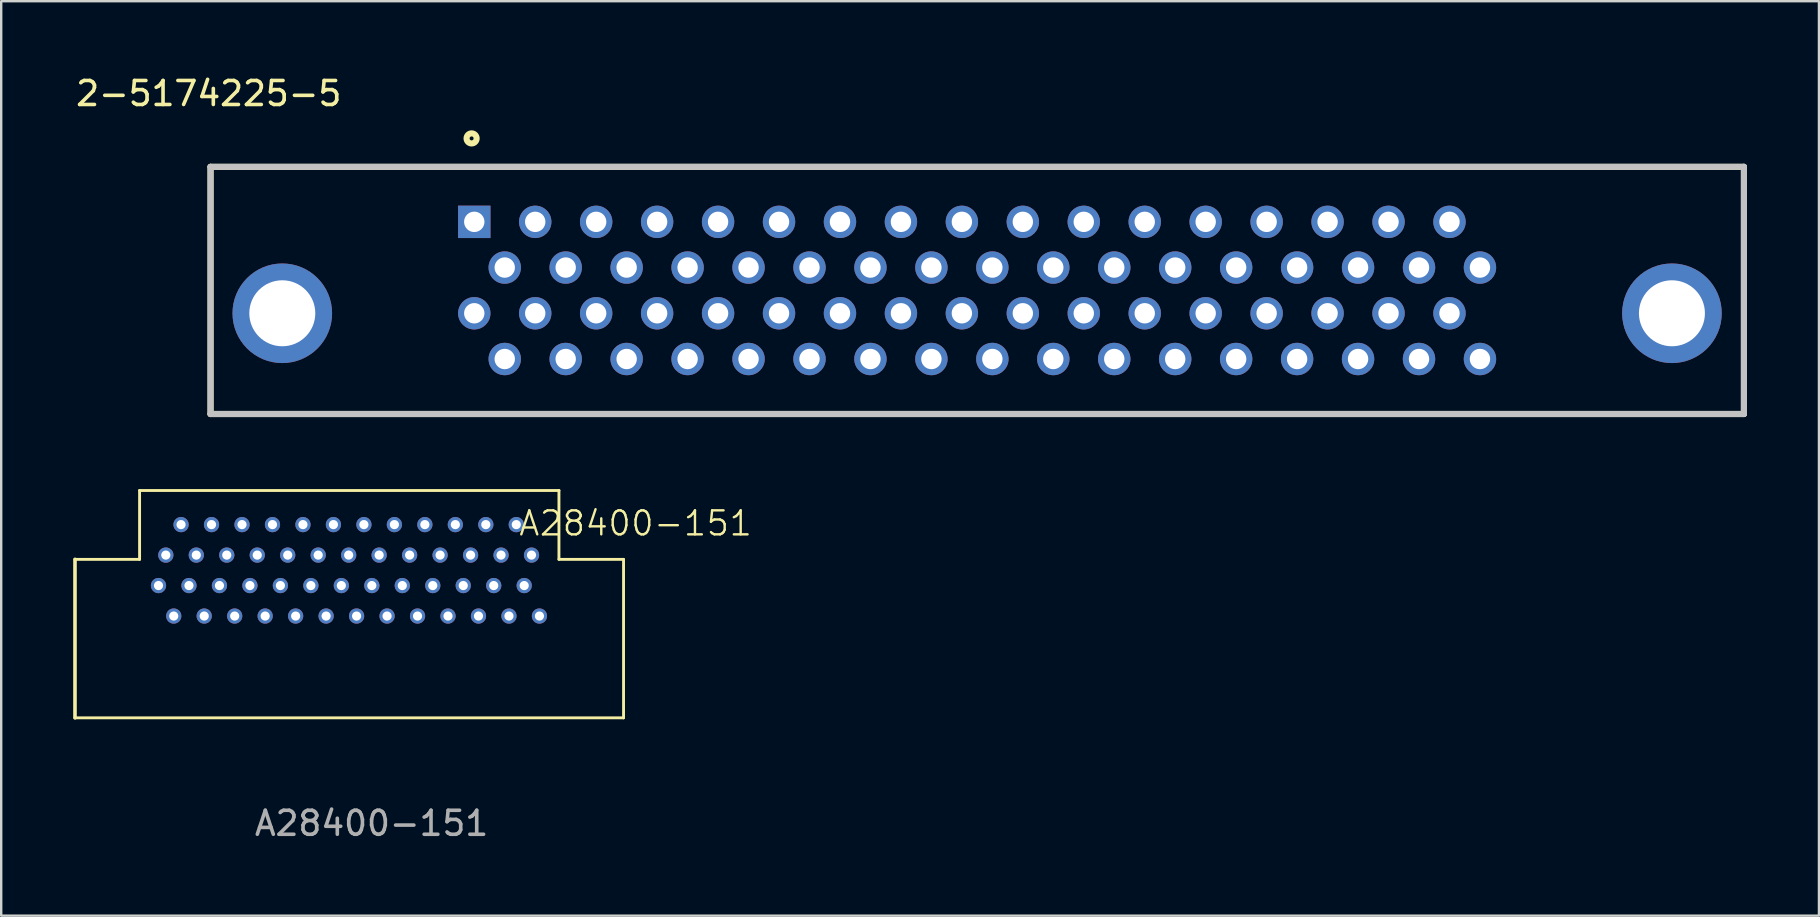
<source format=kicad_pcb>
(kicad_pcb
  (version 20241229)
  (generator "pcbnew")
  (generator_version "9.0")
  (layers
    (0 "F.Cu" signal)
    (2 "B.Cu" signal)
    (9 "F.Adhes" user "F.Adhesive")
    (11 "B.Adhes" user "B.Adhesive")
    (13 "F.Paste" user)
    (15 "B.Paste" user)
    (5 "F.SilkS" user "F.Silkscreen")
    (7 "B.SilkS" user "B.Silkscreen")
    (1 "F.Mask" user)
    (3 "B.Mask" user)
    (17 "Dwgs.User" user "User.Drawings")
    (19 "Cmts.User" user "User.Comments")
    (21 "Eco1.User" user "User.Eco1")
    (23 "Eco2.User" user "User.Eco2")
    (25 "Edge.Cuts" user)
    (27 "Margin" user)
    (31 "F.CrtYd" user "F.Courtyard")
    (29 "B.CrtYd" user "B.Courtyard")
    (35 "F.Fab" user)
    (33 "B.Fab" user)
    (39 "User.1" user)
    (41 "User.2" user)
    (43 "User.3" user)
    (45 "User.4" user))
  (footprint "A28400-151"
    (layer "F.Cu")
    (at 11.935 20.76)
    (property "Reference" "A28400-151" (at 11.5 -2 0) (unlocked yes) (layer "F.SilkS") (effects (font (size 1 1) (thickness 0.1))))
    (attr through_hole)
    (fp_line (start -11.86 -0.5) (end -11.86 6.104) (stroke (width 0.15) (type solid)) (layer "F.SilkS"))
    (fp_line (start -9.168 -3.37) (end 8.308 -3.37) (stroke (width 0.12) (type solid)) (layer "F.SilkS"))
    (fp_line (start -9.168 -0.5) (end -11.86 -0.5) (stroke (width 0.12) (type solid)) (layer "F.SilkS"))
    (fp_line (start -9.168 -0.5) (end -9.168 -3.37) (stroke (width 0.12) (type solid)) (layer "F.SilkS"))
    (fp_line (start 8.308 -0.5) (end 8.308 -3.37) (stroke (width 0.12) (type solid)) (layer "F.SilkS"))
    (fp_line (start 11 -0.5) (end 8.308 -0.5) (stroke (width 0.12) (type solid)) (layer "F.SilkS"))
    (fp_line (start 11 -0.5) (end 11 6.104) (stroke (width 0.12) (type solid)) (layer "F.SilkS"))
    (fp_line (start 11 6.104) (end -11.86 6.104) (stroke (width 0.12) (type solid)) (layer "F.SilkS"))
    (fp_text user "${REFERENCE}" (at 0.5 10.5 0) (unlocked yes) (layer "F.Fab") (effects (font (size 1 1) (thickness 0.15))))
    (pad "1" thru_hole circle (at 7.495 1.862 90) (size 0.635 0.635) (drill 0.381) (layers "*.Cu" "*.Mask"))
    (pad "2" thru_hole circle (at 6.86 0.592 90) (size 0.635 0.635) (drill 0.381) (layers "*.Cu" "*.Mask"))
    (pad "3" thru_hole circle (at 6.225 1.862 90) (size 0.635 0.635) (drill 0.381) (layers "*.Cu" "*.Mask"))
    (pad "4" thru_hole circle (at 5.59 0.592 90) (size 0.635 0.635) (drill 0.381) (layers "*.Cu" "*.Mask"))
    (pad "5" thru_hole circle (at 4.955 1.862 90) (size 0.635 0.635) (drill 0.381) (layers "*.Cu" "*.Mask"))
    (pad "6" thru_hole circle (at 4.32 0.592 90) (size 0.635 0.635) (drill 0.381) (layers "*.Cu" "*.Mask"))
    (pad "7" thru_hole circle (at 3.685 1.862 90) (size 0.635 0.635) (drill 0.381) (layers "*.Cu" "*.Mask"))
    (pad "8" thru_hole circle (at 3.05 0.592 90) (size 0.635 0.635) (drill 0.381) (layers "*.Cu" "*.Mask"))
    (pad "9" thru_hole circle (at 2.415 1.862 90) (size 0.635 0.635) (drill 0.381) (layers "*.Cu" "*.Mask"))
    (pad "10" thru_hole circle (at 1.78 0.592 90) (size 0.635 0.635) (drill 0.381) (layers "*.Cu" "*.Mask"))
    (pad "11" thru_hole circle (at 1.145 1.862 90) (size 0.635 0.635) (drill 0.381) (layers "*.Cu" "*.Mask"))
    (pad "12" thru_hole circle (at 0.51 0.592 90) (size 0.635 0.635) (drill 0.381) (layers "*.Cu" "*.Mask"))
    (pad "13" thru_hole circle (at -0.125 1.862 90) (size 0.635 0.635) (drill 0.381) (layers "*.Cu" "*.Mask"))
    (pad "14" thru_hole circle (at -0.76 0.592 90) (size 0.635 0.635) (drill 0.381) (layers "*.Cu" "*.Mask"))
    (pad "15" thru_hole circle (at -1.395 1.862 90) (size 0.635 0.635) (drill 0.381) (layers "*.Cu" "*.Mask"))
    (pad "16" thru_hole circle (at -2.03 0.592 90) (size 0.635 0.635) (drill 0.381) (layers "*.Cu" "*.Mask"))
    (pad "17" thru_hole circle (at -2.665 1.862 90) (size 0.635 0.635) (drill 0.381) (layers "*.Cu" "*.Mask"))
    (pad "18" thru_hole circle (at -3.3 0.592 90) (size 0.635 0.635) (drill 0.381) (layers "*.Cu" "*.Mask"))
    (pad "19" thru_hole circle (at -3.935 1.862 90) (size 0.635 0.635) (drill 0.381) (layers "*.Cu" "*.Mask"))
    (pad "20" thru_hole circle (at -4.57 0.592 90) (size 0.635 0.635) (drill 0.381) (layers "*.Cu" "*.Mask"))
    (pad "21" thru_hole circle (at -5.205 1.862 90) (size 0.635 0.635) (drill 0.381) (layers "*.Cu" "*.Mask"))
    (pad "22" thru_hole circle (at -5.84 0.592 90) (size 0.635 0.635) (drill 0.381) (layers "*.Cu" "*.Mask"))
    (pad "23" thru_hole circle (at -6.475 1.862 90) (size 0.635 0.635) (drill 0.381) (layers "*.Cu" "*.Mask"))
    (pad "24" thru_hole circle (at -7.11 0.592 90) (size 0.635 0.635) (drill 0.381) (layers "*.Cu" "*.Mask"))
    (pad "25" thru_hole circle (at -7.745 1.862 90) (size 0.635 0.635) (drill 0.381) (layers "*.Cu" "*.Mask"))
    (pad "26" thru_hole circle (at -8.38 0.592 90) (size 0.635 0.635) (drill 0.381) (layers "*.Cu" "*.Mask"))
    (pad "27" thru_hole circle (at 7.165 -0.678 90) (size 0.635 0.635) (drill 0.381) (layers "*.Cu" "*.Mask"))
    (pad "28" thru_hole circle (at 6.53 -1.948 90) (size 0.635 0.635) (drill 0.381) (layers "*.Cu" "*.Mask"))
    (pad "29" thru_hole circle (at 5.895 -0.678 90) (size 0.635 0.635) (drill 0.381) (layers "*.Cu" "*.Mask"))
    (pad "30" thru_hole circle (at 5.26 -1.948 90) (size 0.635 0.635) (drill 0.381) (layers "*.Cu" "*.Mask"))
    (pad "31" thru_hole circle (at 4.625 -0.678 90) (size 0.635 0.635) (drill 0.381) (layers "*.Cu" "*.Mask"))
    (pad "32" thru_hole circle (at 3.99 -1.948 90) (size 0.635 0.635) (drill 0.381) (layers "*.Cu" "*.Mask"))
    (pad "33" thru_hole circle (at 3.355 -0.678 90) (size 0.635 0.635) (drill 0.381) (layers "*.Cu" "*.Mask"))
    (pad "34" thru_hole circle (at 2.72 -1.948 90) (size 0.635 0.635) (drill 0.381) (layers "*.Cu" "*.Mask"))
    (pad "35" thru_hole circle (at 2.085 -0.678 90) (size 0.635 0.635) (drill 0.381) (layers "*.Cu" "*.Mask"))
    (pad "36" thru_hole circle (at 1.45 -1.948 90) (size 0.635 0.635) (drill 0.381) (layers "*.Cu" "*.Mask"))
    (pad "37" thru_hole circle (at 0.815 -0.678 90) (size 0.635 0.635) (drill 0.381) (layers "*.Cu" "*.Mask"))
    (pad "38" thru_hole circle (at 0.18 -1.948 90) (size 0.635 0.635) (drill 0.381) (layers "*.Cu" "*.Mask"))
    (pad "39" thru_hole circle (at -0.455 -0.678 90) (size 0.635 0.635) (drill 0.381) (layers "*.Cu" "*.Mask"))
    (pad "40" thru_hole circle (at -1.09 -1.948 90) (size 0.635 0.635) (drill 0.381) (layers "*.Cu" "*.Mask"))
    (pad "41" thru_hole circle (at -1.725 -0.678 90) (size 0.635 0.635) (drill 0.381) (layers "*.Cu" "*.Mask"))
    (pad "42" thru_hole circle (at -2.36 -1.948 90) (size 0.635 0.635) (drill 0.381) (layers "*.Cu" "*.Mask"))
    (pad "43" thru_hole circle (at -2.995 -0.678 90) (size 0.635 0.635) (drill 0.381) (layers "*.Cu" "*.Mask"))
    (pad "44" thru_hole circle (at -3.63 -1.948 90) (size 0.635 0.635) (drill 0.381) (layers "*.Cu" "*.Mask"))
    (pad "45" thru_hole circle (at -4.265 -0.678 90) (size 0.635 0.635) (drill 0.381) (layers "*.Cu" "*.Mask"))
    (pad "46" thru_hole circle (at -4.9 -1.948 90) (size 0.635 0.635) (drill 0.381) (layers "*.Cu" "*.Mask"))
    (pad "47" thru_hole circle (at -5.535 -0.678 90) (size 0.635 0.635) (drill 0.381) (layers "*.Cu" "*.Mask"))
    (pad "48" thru_hole circle (at -6.17 -1.948 90) (size 0.635 0.635) (drill 0.381) (layers "*.Cu" "*.Mask"))
    (pad "49" thru_hole circle (at -6.805 -0.678 90) (size 0.635 0.635) (drill 0.381) (layers "*.Cu" "*.Mask"))
    (pad "50" thru_hole circle (at -7.44 -1.948 90) (size 0.635 0.635) (drill 0.381) (layers "*.Cu" "*.Mask"))
    (pad "51" thru_hole circle (at -8.075 -0.678 90) (size 0.635 0.635) (drill 0.381) (layers "*.Cu" "*.Mask")))
  (footprint "2-5174225-5"
    (layer "F.Cu")
    (at 34.474 8.483)
    (property "Reference" "2-5174225-5" (at -28.825 -7.635 0) (layer "F.SilkS") (effects (font (size 1 1) (thickness 0.15))))
    (attr through_hole)
    (fp_line (start -28.75 -4.58) (end 35.15 -4.58) (stroke (width 0.254) (type solid)) (layer "F.SilkS"))
    (fp_line (start -28.75 5.72) (end -28.75 -4.58) (stroke (width 0.254) (type solid)) (layer "F.SilkS"))
    (fp_line (start 35.15 -4.58) (end 35.15 5.72) (stroke (width 0.254) (type solid)) (layer "F.SilkS"))
    (fp_line (start 35.15 5.72) (end -28.75 5.72) (stroke (width 0.254) (type solid)) (layer "F.SilkS"))
    (fp_circle (center -17.871 -5.765) (end -18.081 -5.765) (stroke (width 0.254) (type solid)) (fill no) (layer "F.SilkS"))
    (fp_line (start -28.75 -4.58) (end 35.15 -4.58) (stroke (width 0.254) (type solid)) (layer "Dwgs.User"))
    (fp_line (start -28.75 5.72) (end -28.75 -4.58) (stroke (width 0.254) (type solid)) (layer "Dwgs.User"))
    (fp_line (start 35.15 -4.58) (end 35.15 5.72) (stroke (width 0.254) (type solid)) (layer "Dwgs.User"))
    (fp_line (start 35.15 5.72) (end -28.75 5.72) (stroke (width 0.254) (type solid)) (layer "Dwgs.User"))
    (pad "" np_thru_hole circle (at -25.76 1.522 90) (size 4.15 4.15) (drill 2.75) (layers "*.Cu" "*.Mask"))
    (pad "" np_thru_hole circle (at 32.15 1.522 90) (size 4.15 4.15) (drill 2.75) (layers "*.Cu" "*.Mask"))
    (pad "1" thru_hole rect (at -17.76 -2.288 90) (size 1.35 1.35) (drill 0.85) (layers "*.Cu" "*.Mask"))
    (pad "2" thru_hole circle (at -16.49 -0.383 90) (size 1.35 1.35) (drill 0.85) (layers "*.Cu" "*.Mask"))
    (pad "3" thru_hole circle (at -15.22 -2.288 90) (size 1.35 1.35) (drill 0.85) (layers "*.Cu" "*.Mask"))
    (pad "4" thru_hole circle (at -13.95 -0.383 90) (size 1.35 1.35) (drill 0.85) (layers "*.Cu" "*.Mask"))
    (pad "5" thru_hole circle (at -12.68 -2.288 90) (size 1.35 1.35) (drill 0.85) (layers "*.Cu" "*.Mask"))
    (pad "6" thru_hole circle (at -11.41 -0.383 90) (size 1.35 1.35) (drill 0.85) (layers "*.Cu" "*.Mask"))
    (pad "7" thru_hole circle (at -10.14 -2.288 90) (size 1.35 1.35) (drill 0.85) (layers "*.Cu" "*.Mask"))
    (pad "8" thru_hole circle (at -8.87 -0.383 90) (size 1.35 1.35) (drill 0.85) (layers "*.Cu" "*.Mask"))
    (pad "9" thru_hole circle (at -7.6 -2.288 90) (size 1.35 1.35) (drill 0.85) (layers "*.Cu" "*.Mask"))
    (pad "10" thru_hole circle (at -6.33 -0.383 90) (size 1.35 1.35) (drill 0.85) (layers "*.Cu" "*.Mask"))
    (pad "11" thru_hole circle (at -5.06 -2.288 90) (size 1.35 1.35) (drill 0.85) (layers "*.Cu" "*.Mask"))
    (pad "12" thru_hole circle (at -3.79 -0.383 90) (size 1.35 1.35) (drill 0.85) (layers "*.Cu" "*.Mask"))
    (pad "13" thru_hole circle (at -2.52 -2.288 90) (size 1.35 1.35) (drill 0.85) (layers "*.Cu" "*.Mask"))
    (pad "14" thru_hole circle (at -1.25 -0.383 90) (size 1.35 1.35) (drill 0.85) (layers "*.Cu" "*.Mask"))
    (pad "15" thru_hole circle (at 0.02 -2.288 90) (size 1.35 1.35) (drill 0.85) (layers "*.Cu" "*.Mask"))
    (pad "16" thru_hole circle (at 1.29 -0.383 90) (size 1.35 1.35) (drill 0.85) (layers "*.Cu" "*.Mask"))
    (pad "17" thru_hole circle (at 2.56 -2.288 90) (size 1.35 1.35) (drill 0.85) (layers "*.Cu" "*.Mask"))
    (pad "18" thru_hole circle (at 3.83 -0.383 90) (size 1.35 1.35) (drill 0.85) (layers "*.Cu" "*.Mask"))
    (pad "19" thru_hole circle (at 5.1 -2.288 90) (size 1.35 1.35) (drill 0.85) (layers "*.Cu" "*.Mask"))
    (pad "20" thru_hole circle (at 6.37 -0.383 90) (size 1.35 1.35) (drill 0.85) (layers "*.Cu" "*.Mask"))
    (pad "21" thru_hole circle (at 7.64 -2.288 90) (size 1.35 1.35) (drill 0.85) (layers "*.Cu" "*.Mask"))
    (pad "22" thru_hole circle (at 8.91 -0.383 90) (size 1.35 1.35) (drill 0.85) (layers "*.Cu" "*.Mask"))
    (pad "23" thru_hole circle (at 10.18 -2.288 90) (size 1.35 1.35) (drill 0.85) (layers "*.Cu" "*.Mask"))
    (pad "24" thru_hole circle (at 11.45 -0.383 90) (size 1.35 1.35) (drill 0.85) (layers "*.Cu" "*.Mask"))
    (pad "25" thru_hole circle (at 12.72 -2.288 90) (size 1.35 1.35) (drill 0.85) (layers "*.Cu" "*.Mask"))
    (pad "26" thru_hole circle (at 13.99 -0.383 90) (size 1.35 1.35) (drill 0.85) (layers "*.Cu" "*.Mask"))
    (pad "27" thru_hole circle (at 15.26 -2.288 90) (size 1.35 1.35) (drill 0.85) (layers "*.Cu" "*.Mask"))
    (pad "28" thru_hole circle (at 16.53 -0.383 90) (size 1.35 1.35) (drill 0.85) (layers "*.Cu" "*.Mask"))
    (pad "29" thru_hole circle (at 17.8 -2.288 90) (size 1.35 1.35) (drill 0.85) (layers "*.Cu" "*.Mask"))
    (pad "30" thru_hole circle (at 19.07 -0.383 90) (size 1.35 1.35) (drill 0.85) (layers "*.Cu" "*.Mask"))
    (pad "31" thru_hole circle (at 20.34 -2.288 90) (size 1.35 1.35) (drill 0.85) (layers "*.Cu" "*.Mask"))
    (pad "32" thru_hole circle (at 21.61 -0.383 90) (size 1.35 1.35) (drill 0.85) (layers "*.Cu" "*.Mask"))
    (pad "33" thru_hole circle (at 22.88 -2.288 90) (size 1.35 1.35) (drill 0.85) (layers "*.Cu" "*.Mask"))
    (pad "34" thru_hole circle (at 24.15 -0.383 90) (size 1.35 1.35) (drill 0.85) (layers "*.Cu" "*.Mask"))
    (pad "35" thru_hole circle (at -17.76 1.522 90) (size 1.35 1.35) (drill 0.85) (layers "*.Cu" "*.Mask"))
    (pad "36" thru_hole circle (at -16.49 3.428 90) (size 1.35 1.35) (drill 0.85) (layers "*.Cu" "*.Mask"))
    (pad "37" thru_hole circle (at -15.22 1.522 90) (size 1.35 1.35) (drill 0.85) (layers "*.Cu" "*.Mask"))
    (pad "38" thru_hole circle (at -13.95 3.428 90) (size 1.35 1.35) (drill 0.85) (layers "*.Cu" "*.Mask"))
    (pad "39" thru_hole circle (at -12.68 1.522 90) (size 1.35 1.35) (drill 0.85) (layers "*.Cu" "*.Mask"))
    (pad "40" thru_hole circle (at -11.41 3.428 90) (size 1.35 1.35) (drill 0.85) (layers "*.Cu" "*.Mask"))
    (pad "41" thru_hole circle (at -10.14 1.522 90) (size 1.35 1.35) (drill 0.85) (layers "*.Cu" "*.Mask"))
    (pad "42" thru_hole circle (at -8.87 3.428 90) (size 1.35 1.35) (drill 0.85) (layers "*.Cu" "*.Mask"))
    (pad "43" thru_hole circle (at -7.6 1.522 90) (size 1.35 1.35) (drill 0.85) (layers "*.Cu" "*.Mask"))
    (pad "44" thru_hole circle (at -6.33 3.428 90) (size 1.35 1.35) (drill 0.85) (layers "*.Cu" "*.Mask"))
    (pad "45" thru_hole circle (at -5.06 1.522 90) (size 1.35 1.35) (drill 0.85) (layers "*.Cu" "*.Mask"))
    (pad "46" thru_hole circle (at -3.79 3.428 90) (size 1.35 1.35) (drill 0.85) (layers "*.Cu" "*.Mask"))
    (pad "47" thru_hole circle (at -2.52 1.522 90) (size 1.35 1.35) (drill 0.85) (layers "*.Cu" "*.Mask"))
    (pad "48" thru_hole circle (at -1.25 3.428 90) (size 1.35 1.35) (drill 0.85) (layers "*.Cu" "*.Mask"))
    (pad "49" thru_hole circle (at 0.02 1.522 90) (size 1.35 1.35) (drill 0.85) (layers "*.Cu" "*.Mask"))
    (pad "50" thru_hole circle (at 1.29 3.428 90) (size 1.35 1.35) (drill 0.85) (layers "*.Cu" "*.Mask"))
    (pad "51" thru_hole circle (at 2.56 1.522 90) (size 1.35 1.35) (drill 0.85) (layers "*.Cu" "*.Mask"))
    (pad "52" thru_hole circle (at 3.83 3.428 90) (size 1.35 1.35) (drill 0.85) (layers "*.Cu" "*.Mask"))
    (pad "53" thru_hole circle (at 5.1 1.522 90) (size 1.35 1.35) (drill 0.85) (layers "*.Cu" "*.Mask"))
    (pad "54" thru_hole circle (at 6.37 3.428 90) (size 1.35 1.35) (drill 0.85) (layers "*.Cu" "*.Mask"))
    (pad "55" thru_hole circle (at 7.64 1.522 90) (size 1.35 1.35) (drill 0.85) (layers "*.Cu" "*.Mask"))
    (pad "56" thru_hole circle (at 8.91 3.428 90) (size 1.35 1.35) (drill 0.85) (layers "*.Cu" "*.Mask"))
    (pad "57" thru_hole circle (at 10.18 1.522 90) (size 1.35 1.35) (drill 0.85) (layers "*.Cu" "*.Mask"))
    (pad "58" thru_hole circle (at 11.45 3.428 90) (size 1.35 1.35) (drill 0.85) (layers "*.Cu" "*.Mask"))
    (pad "59" thru_hole circle (at 12.72 1.522 90) (size 1.35 1.35) (drill 0.85) (layers "*.Cu" "*.Mask"))
    (pad "60" thru_hole circle (at 13.99 3.428 90) (size 1.35 1.35) (drill 0.85) (layers "*.Cu" "*.Mask"))
    (pad "61" thru_hole circle (at 15.26 1.522 90) (size 1.35 1.35) (drill 0.85) (layers "*.Cu" "*.Mask"))
    (pad "62" thru_hole circle (at 16.53 3.428 90) (size 1.35 1.35) (drill 0.85) (layers "*.Cu" "*.Mask"))
    (pad "63" thru_hole circle (at 17.8 1.522 90) (size 1.35 1.35) (drill 0.85) (layers "*.Cu" "*.Mask"))
    (pad "64" thru_hole circle (at 19.07 3.428 90) (size 1.35 1.35) (drill 0.85) (layers "*.Cu" "*.Mask"))
    (pad "65" thru_hole circle (at 20.34 1.522 90) (size 1.35 1.35) (drill 0.85) (layers "*.Cu" "*.Mask"))
    (pad "66" thru_hole circle (at 21.61 3.428 90) (size 1.35 1.35) (drill 0.85) (layers "*.Cu" "*.Mask"))
    (pad "67" thru_hole circle (at 22.88 1.522 90) (size 1.35 1.35) (drill 0.85) (layers "*.Cu" "*.Mask"))
    (pad "68" thru_hole circle (at 24.15 3.428 90) (size 1.35 1.35) (drill 0.85) (layers "*.Cu" "*.Mask")))
  (gr_rect
    (start -3 -3)
    (end 72.751 35.109)
    (stroke (width 0.1) (type default))
    (fill no)
    (layer "Edge.Cuts")))
</source>
